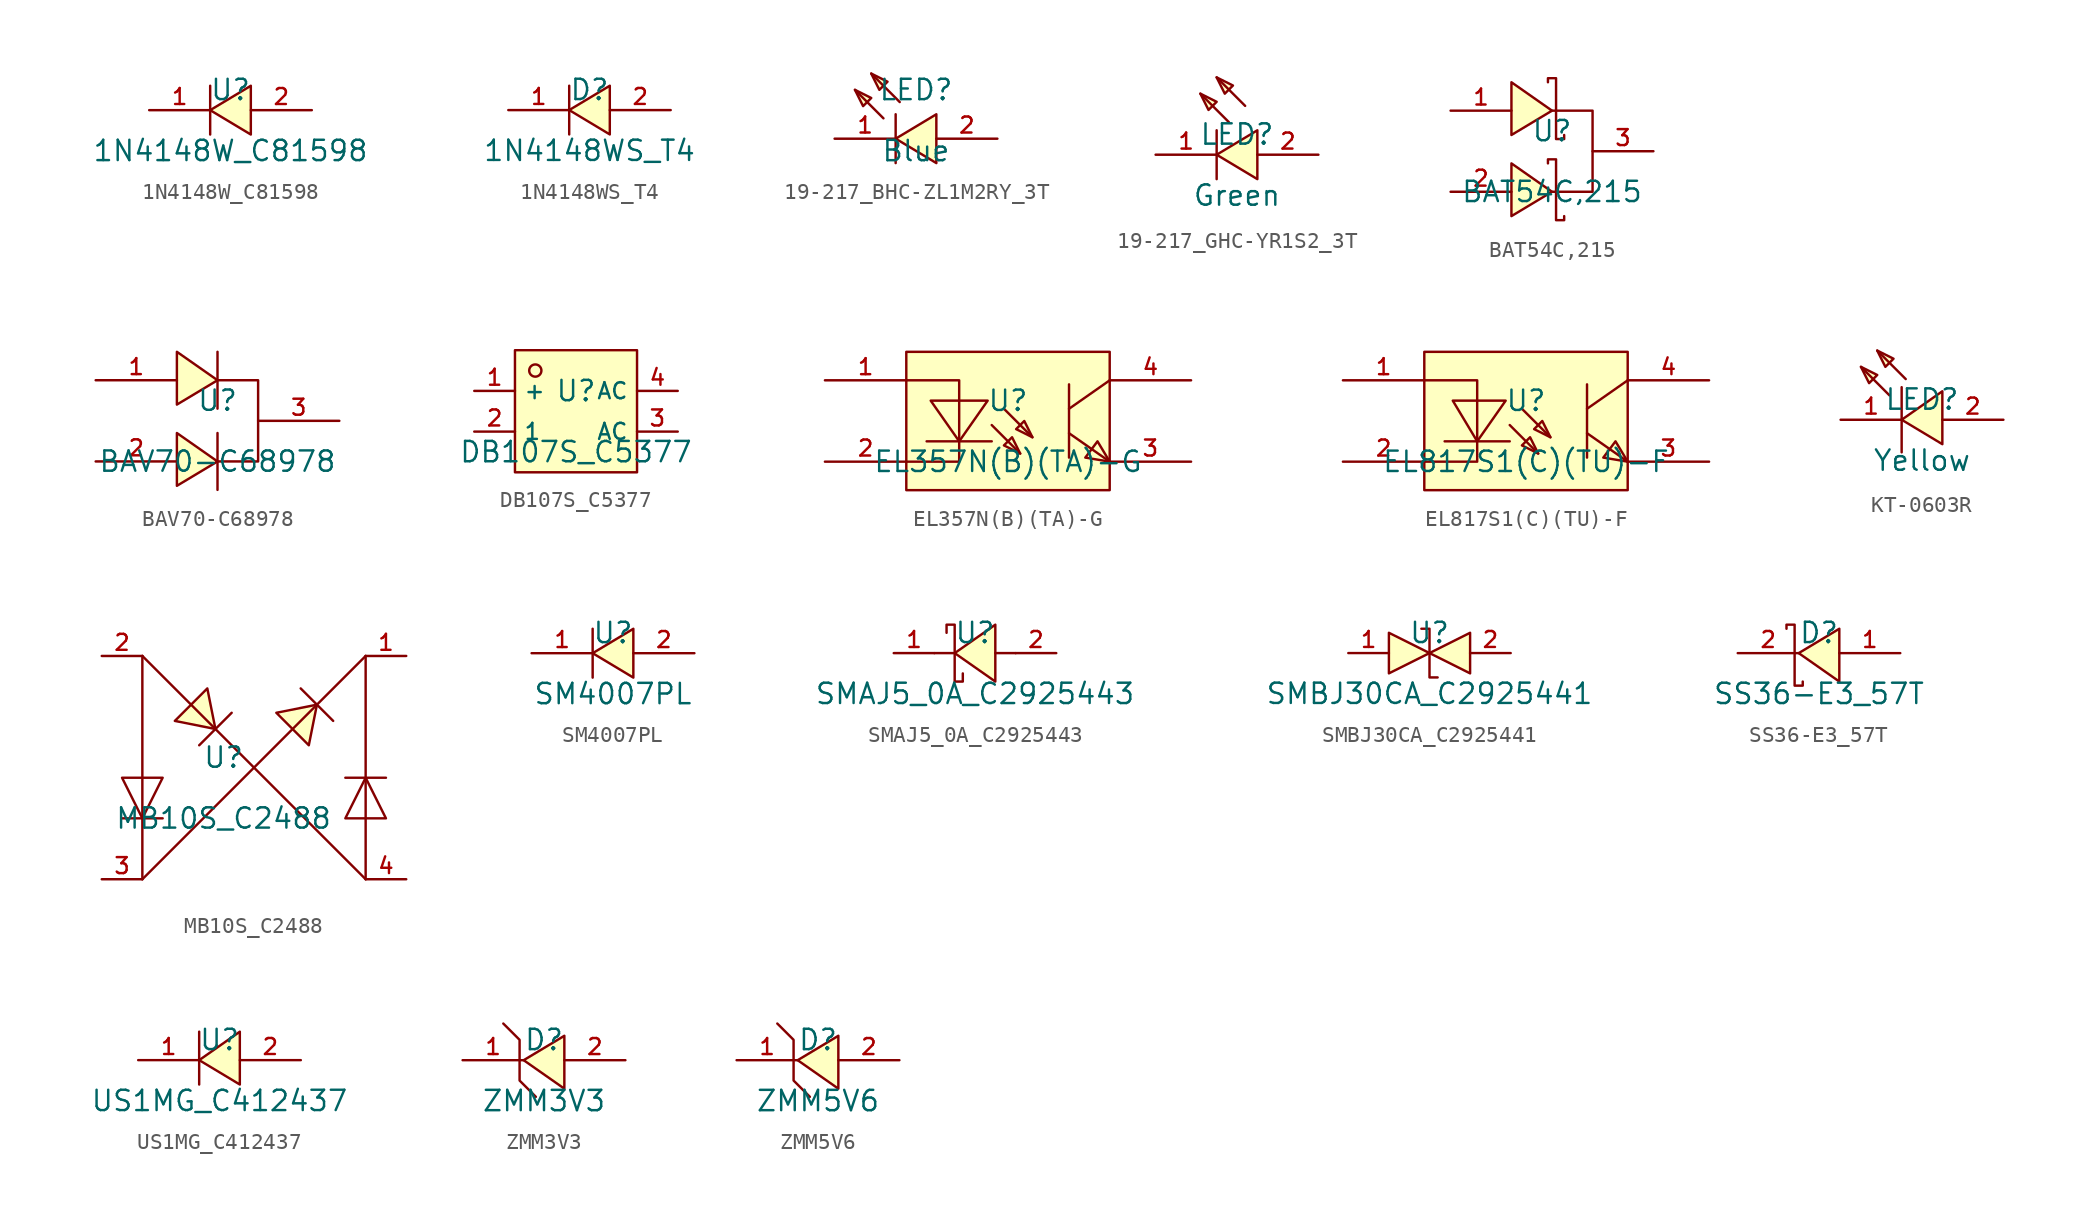
<source format=kicad_sym>
(kicad_symbol_lib
  (version 20220914)
  (generator kicad_symbol_editor)
  (symbol "1N4148W_C81598"
    (pin_names hide)
    (property "Reference" "U"
      (at 0 1.27 0)
      (effects (font (size 1.27 1.27))))
    (property "Value" "1N4148W_C81598"
      (at 0 -2.54 0)
      (effects (font (size 1.27 1.27))))
    (symbol "1N4148W_C81598_0_1"
      (polyline (pts (xy -1.27 -1.524) (xy -1.27 1.524)) (stroke (width 0) (type default)) (fill (type none)))
      (polyline (pts (xy 1.27 1.524) (xy -1.27 0) (xy 1.27 -1.524) (xy 1.27 1.524)) (stroke (width 0) (type default)) (fill (type background)))
      (pin unspecified line (at -5.08 0 0) (length 3.81) (name "K" (effects (font (size 1 1)))) (number "1" (effects (font (size 1 1)))))
      (pin unspecified line (at 5.08 0 180) (length 3.81) (name "A" (effects (font (size 1 1)))) (number "2" (effects (font (size 1 1)))))))
  (symbol "1N4148WS_T4"
    (pin_names hide)
    (property "Reference" "D"
      (at 0 1.27 0)
      (effects (font (size 1.27 1.27))))
    (property "Value" "1N4148WS_T4"
      (at 0 -2.54 0)
      (effects (font (size 1.27 1.27))))
    (symbol "1N4148WS_T4_0_1"
      (polyline (pts (xy -1.27 -1.524) (xy -1.27 1.524)) (stroke (width 0) (type default)) (fill (type none)))
      (polyline (pts (xy 1.27 1.524) (xy -1.27 0) (xy 1.27 -1.524) (xy 1.27 1.524)) (stroke (width 0) (type default)) (fill (type background)))
      (pin unspecified line (at -5.08 0 0) (length 3.81) (name "K" (effects (font (size 1 1)))) (number "1" (effects (font (size 1 1)))))
      (pin unspecified line (at 5.08 0 180) (length 3.81) (name "A" (effects (font (size 1 1)))) (number "2" (effects (font (size 1 1)))))))
  (symbol "19-217_BHC-ZL1M2RY_3T"
    (pin_names hide)
    (property "Reference" "LED"
      (at 0 1.778 0)
      (effects (font (size 1.27 1.27))))
    (property "Value" "Blue"
      (at 0 -2.032 0)
      (effects (font (size 1.27 1.27))))
    (symbol "19-217_BHC-ZL1M2RY_3T_0_1"
      (polyline (pts (xy -2.032 0) (xy -3.81 1.778)) (stroke (width 0) (type default)) (fill (type none)))
      (polyline (pts (xy -1.27 -2.794) (xy -1.27 0.254)) (stroke (width 0) (type default)) (fill (type none)))
      (polyline (pts (xy -1.016 1.016) (xy -2.794 2.794)) (stroke (width 0) (type default)) (fill (type none)))
      (polyline (pts (xy -3.81 1.778) (xy -3.302 0.762) (xy -2.794 1.27) (xy -3.81 1.778)) (stroke (width 0) (type default)) (fill (type background)))
      (polyline (pts (xy -2.794 2.794) (xy -2.286 1.778) (xy -1.778 2.286) (xy -2.794 2.794)) (stroke (width 0) (type default)) (fill (type background)))
      (polyline (pts (xy 1.27 0.254) (xy -1.27 -1.27) (xy 1.27 -2.794) (xy 1.27 0.254)) (stroke (width 0) (type default)) (fill (type background)))
      (pin input line (at -5.08 -1.27 0) (length 3.81) (name "C" (effects (font (size 1 1)))) (number "1" (effects (font (size 1 1)))))
      (pin input line (at 5.08 -1.27 180) (length 3.81) (name "A" (effects (font (size 1 1)))) (number "2" (effects (font (size 1 1)))))))
  (symbol "19-217_GHC-YR1S2_3T"
    (pin_names hide)
    (property "Reference" "LED"
      (at 0 1.27 0)
      (effects (font (size 1.27 1.27))))
    (property "Value" "Green"
      (at 0 -2.54 0)
      (effects (font (size 1.27 1.27))))
    (symbol "19-217_GHC-YR1S2_3T_0_1"
      (polyline (pts (xy -1.27 1.524) (xy -1.27 -1.524)) (stroke (width 0) (type default)) (fill (type none)))
      (polyline (pts (xy -0.508 2.032) (xy -2.286 3.81)) (stroke (width 0) (type default)) (fill (type none)))
      (polyline (pts (xy 0.508 3.048) (xy -1.27 4.826)) (stroke (width 0) (type default)) (fill (type none)))
      (polyline (pts (xy -2.286 3.81) (xy -1.27 3.302) (xy -1.778 2.794) (xy -2.286 3.81)) (stroke (width 0) (type default)) (fill (type background)))
      (polyline (pts (xy -1.27 4.826) (xy -0.254 4.318) (xy -0.762 3.81) (xy -1.27 4.826)) (stroke (width 0) (type default)) (fill (type background)))
      (polyline (pts (xy 1.27 -1.524) (xy -1.27 0) (xy 1.27 1.524) (xy 1.27 -1.524)) (stroke (width 0) (type default)) (fill (type background)))
      (pin input line (at -5.08 0 0) (length 3.81) (name "C" (effects (font (size 1 1)))) (number "1" (effects (font (size 1 1)))))
      (pin input line (at 5.08 0 180) (length 3.81) (name "A" (effects (font (size 1 1)))) (number "2" (effects (font (size 1 1)))))))
  (symbol "BAT54C,215"
    (pin_names hide)
    (property "Reference" "U"
      (at 0 1.27 0)
      (effects (font (size 1.27 1.27))))
    (property "Value" "BAT54C,215"
      (at 0 -2.54 0)
      (effects (font (size 1.27 1.27))))
    (symbol "BAT54C,215_0_1"
      (polyline (pts (xy -2.54 -4.064) (xy 0 -2.54) (xy -2.54 -0.762) (xy -2.54 -4.064)) (stroke (width 0) (type default)) (fill (type background)))
      (polyline (pts (xy -2.54 1.016) (xy 0 2.54) (xy -2.54 4.318) (xy -2.54 1.016)) (stroke (width 0) (type default)) (fill (type background)))
      (polyline (pts (xy 0 2.54) (xy 2.54 2.54) (xy 2.54 -2.54) (xy 0 -2.54)) (stroke (width 0) (type default)) (fill (type none)))
      (polyline (pts (xy 0.762 -4.064) (xy 0.762 -4.318) (xy 0.254 -4.318) (xy 0.254 -0.508) (xy -0.254 -0.508) (xy -0.254 -0.762)) (stroke (width 0) (type default)) (fill (type none)))
      (polyline (pts (xy 0.762 1.016) (xy 0.762 0.762) (xy 0.254 0.762) (xy 0.254 4.572) (xy -0.254 4.572) (xy -0.254 4.318)) (stroke (width 0) (type default)) (fill (type none)))
      (pin unspecified line (at -6.35 2.54 0) (length 3.81) (name "A" (effects (font (size 1 1)))) (number "1" (effects (font (size 1 1)))))
      (pin unspecified line (at -6.35 -2.54 0) (length 3.81) (name "A" (effects (font (size 1 1)))) (number "2" (effects (font (size 1 1)))))
      (pin unspecified line (at 6.35 0 180) (length 3.81) (name "K" (effects (font (size 1 1)))) (number "3" (effects (font (size 1 1)))))))
  (symbol "BAV70-C68978"
    (pin_names hide)
    (property "Reference" "U"
      (at 0 1.27 0)
      (effects (font (size 1.27 1.27))))
    (property "Value" "BAV70-C68978"
      (at 0 -2.54 0)
      (effects (font (size 1.27 1.27))))
    (symbol "BAV70-C68978_0_1"
      (polyline (pts (xy 0 -4.318) (xy 0 -0.762)) (stroke (width 0) (type default)) (fill (type none)))
      (polyline (pts (xy 0 0.762) (xy 0 4.318)) (stroke (width 0) (type default)) (fill (type none)))
      (polyline (pts (xy -2.54 -4.064) (xy 0 -2.54) (xy -2.54 -0.762) (xy -2.54 -4.064)) (stroke (width 0) (type default)) (fill (type background)))
      (polyline (pts (xy -2.54 1.016) (xy 0 2.54) (xy -2.54 4.318) (xy -2.54 1.016)) (stroke (width 0) (type default)) (fill (type background)))
      (polyline (pts (xy 0 2.54) (xy 2.54 2.54) (xy 2.54 -2.54) (xy 0 -2.54) (xy 0 -2.54)) (stroke (width 0) (type default)) (fill (type none)))
      (pin unspecified line (at -7.62 2.54 0) (length 5.08) (name "1" (effects (font (size 1 1)))) (number "1" (effects (font (size 1 1)))))
      (pin unspecified line (at -7.62 -2.54 0) (length 5.08) (name "2" (effects (font (size 1 1)))) (number "2" (effects (font (size 1 1)))))
      (pin unspecified line (at 7.62 0 180) (length 5.08) (name "3" (effects (font (size 1 1)))) (number "3" (effects (font (size 1 1)))))))
  (symbol "DB107S_C5377"
    (property "Reference" "U"
      (at 0 1.27 0)
      (effects (font (size 1.27 1.27))))
    (property "Value" "DB107S_C5377"
      (at 0 -2.54 0)
      (effects (font (size 1.27 1.27))))
    (symbol "DB107S_C5377_0_1"
      (rectangle (start -3.81 3.81) (end 3.81 -3.81) (stroke (width 0) (type default)) (fill (type background)))
      (circle (center -2.54 2.54) (radius 0.381) (stroke (width 0) (type default)) (fill (type background)))
      (pin unspecified line (at -6.35 1.27 0) (length 2.54) (name "+" (effects (font (size 1 1)))) (number "1" (effects (font (size 1 1)))))
      (pin unspecified line (at -6.35 -1.27 0) (length 2.54) (name "1" (effects (font (size 1 1)))) (number "2" (effects (font (size 1 1)))))
      (pin unspecified line (at 6.35 -1.27 180) (length 2.54) (name "AC" (effects (font (size 1 1)))) (number "3" (effects (font (size 1 1)))))
      (pin unspecified line (at 6.35 1.27 180) (length 2.54) (name "AC" (effects (font (size 1 1)))) (number "4" (effects (font (size 1 1)))))))
  (symbol "EL357N(B)(TA)-G"
    (pin_names hide)
    (property "Reference" "U"
      (at 0 1.27 0)
      (effects (font (size 1.27 1.27))))
    (property "Value" "EL357N(B)(TA)-G"
      (at 0 -2.54 0)
      (effects (font (size 1.27 1.27))))
    (symbol "EL357N(B)(TA)-G_0_1"
      (rectangle (start -6.35 4.318) (end 6.35 -4.318) (stroke (width 0) (type default)) (fill (type background)))
      (polyline (pts (xy -1.016 -1.27) (xy -5.08 -1.27)) (stroke (width 0) (type default)) (fill (type none)))
      (polyline (pts (xy -1.016 -0.254) (xy 0.762 -2.032)) (stroke (width 0) (type default)) (fill (type none)))
      (polyline (pts (xy -0.254 0.762) (xy 1.524 -1.016)) (stroke (width 0) (type default)) (fill (type none)))
      (polyline (pts (xy 3.81 -0.762) (xy 6.35 -2.54)) (stroke (width 0) (type default)) (fill (type none)))
      (polyline (pts (xy 3.81 2.286) (xy 3.81 -2.286)) (stroke (width 0) (type default)) (fill (type none)))
      (polyline (pts (xy 6.35 2.54) (xy 3.81 0.762)) (stroke (width 0) (type default)) (fill (type none)))
      (polyline (pts (xy -6.35 2.54) (xy -3.048 2.54) (xy -3.048 -2.54) (xy -6.35 -2.54)) (stroke (width 0) (type default)) (fill (type none)))
      (polyline (pts (xy -4.826 1.27) (xy -3.048 -1.27) (xy -1.27 1.27) (xy -4.826 1.27)) (stroke (width 0) (type default)) (fill (type background)))
      (polyline (pts (xy 0.762 -2.032) (xy 0.254 -1.016) (xy -0.254 -1.524) (xy 0.762 -2.032)) (stroke (width 0) (type default)) (fill (type background)))
      (polyline (pts (xy 1.524 -1.016) (xy 1.016 0) (xy 0.508 -0.508) (xy 1.524 -1.016)) (stroke (width 0) (type default)) (fill (type background)))
      (polyline (pts (xy 6.35 -2.54) (xy 5.588 -1.27) (xy 4.826 -2.286) (xy 6.35 -2.54)) (stroke (width 0) (type default)) (fill (type background)))
      (pin unspecified line (at -11.43 2.54 0) (length 5.08) (name "AN" (effects (font (size 1 1)))) (number "1" (effects (font (size 1 1)))))
      (pin unspecified line (at -11.43 -2.54 0) (length 5.08) (name "CAT" (effects (font (size 1 1)))) (number "2" (effects (font (size 1 1)))))
      (pin unspecified line (at 11.43 -2.54 180) (length 5.08) (name "EM" (effects (font (size 1 1)))) (number "3" (effects (font (size 1 1)))))
      (pin unspecified line (at 11.43 2.54 180) (length 5.08) (name "COL" (effects (font (size 1 1)))) (number "4" (effects (font (size 1 1)))))))
  (symbol "EL817S1(C)(TU)-F"
    (pin_names hide)
    (property "Reference" "U"
      (at 0 1.27 0)
      (effects (font (size 1.27 1.27))))
    (property "Value" "EL817S1(C)(TU)-F"
      (at 0 -2.54 0)
      (effects (font (size 1.27 1.27))))
    (symbol "EL817S1(C)(TU)-F_0_1"
      (rectangle (start -6.35 4.318) (end 6.35 -4.318) (stroke (width 0) (type default)) (fill (type background)))
      (polyline (pts (xy -1.016 -1.27) (xy -5.08 -1.27)) (stroke (width 0) (type default)) (fill (type none)))
      (polyline (pts (xy -1.016 -0.254) (xy 0.762 -2.032)) (stroke (width 0) (type default)) (fill (type none)))
      (polyline (pts (xy -0.254 0.762) (xy 1.524 -1.016)) (stroke (width 0) (type default)) (fill (type none)))
      (polyline (pts (xy 3.81 -0.762) (xy 6.35 -2.54)) (stroke (width 0) (type default)) (fill (type none)))
      (polyline (pts (xy 3.81 2.286) (xy 3.81 -2.286)) (stroke (width 0) (type default)) (fill (type none)))
      (polyline (pts (xy 6.35 2.54) (xy 3.81 0.762)) (stroke (width 0) (type default)) (fill (type none)))
      (polyline (pts (xy -6.35 2.54) (xy -3.048 2.54) (xy -3.048 -2.54) (xy -6.35 -2.54)) (stroke (width 0) (type default)) (fill (type none)))
      (polyline (pts (xy -4.572 1.27) (xy -3.048 -1.27) (xy -1.27 1.27) (xy -4.572 1.27)) (stroke (width 0) (type default)) (fill (type background)))
      (polyline (pts (xy 0.762 -2.032) (xy 0.254 -1.016) (xy -0.254 -1.524) (xy 0.762 -2.032)) (stroke (width 0) (type default)) (fill (type background)))
      (polyline (pts (xy 1.524 -1.016) (xy 1.016 0) (xy 0.508 -0.508) (xy 1.524 -1.016)) (stroke (width 0) (type default)) (fill (type background)))
      (polyline (pts (xy 6.35 -2.54) (xy 5.588 -1.27) (xy 4.826 -2.286) (xy 6.35 -2.54)) (stroke (width 0) (type default)) (fill (type background)))
      (pin unspecified line (at -11.43 2.54 0) (length 5.08) (name "AN" (effects (font (size 1 1)))) (number "1" (effects (font (size 1 1)))))
      (pin unspecified line (at -11.43 -2.54 0) (length 5.08) (name "CAT" (effects (font (size 1 1)))) (number "2" (effects (font (size 1 1)))))
      (pin unspecified line (at 11.43 -2.54 180) (length 5.08) (name "EM" (effects (font (size 1 1)))) (number "3" (effects (font (size 1 1)))))
      (pin unspecified line (at 11.43 2.54 180) (length 5.08) (name "COL" (effects (font (size 1 1)))) (number "4" (effects (font (size 1 1)))))))
  (symbol "KT-0603R"
    (pin_names hide)
    (property "Reference" "LED"
      (at 0 1.27 0)
      (effects (font (size 1.27 1.27))))
    (property "Value" "Yellow"
      (at 0 -2.54 0)
      (effects (font (size 1.27 1.27))))
    (symbol "KT-0603R_0_1"
      (polyline (pts (xy -2.032 1.524) (xy -3.81 3.302)) (stroke (width 0) (type default)) (fill (type none)))
      (polyline (pts (xy -1.27 2.032) (xy -1.27 -2.032)) (stroke (width 0) (type default)) (fill (type none)))
      (polyline (pts (xy -1.016 2.54) (xy -2.794 4.318)) (stroke (width 0) (type default)) (fill (type none)))
      (polyline (pts (xy -3.81 3.302) (xy -2.794 2.794) (xy -3.302 2.286) (xy -3.81 3.302)) (stroke (width 0) (type default)) (fill (type background)))
      (polyline (pts (xy -2.794 4.318) (xy -1.778 3.81) (xy -2.286 3.302) (xy -2.794 4.318)) (stroke (width 0) (type default)) (fill (type background)))
      (polyline (pts (xy 1.27 -1.524) (xy -1.27 0) (xy 1.27 1.778) (xy 1.27 -1.524)) (stroke (width 0) (type default)) (fill (type background)))
      (pin unspecified line (at -5.08 0 0) (length 3.81) (name "K" (effects (font (size 1 1)))) (number "1" (effects (font (size 1 1)))))
      (pin unspecified line (at 5.08 0 180) (length 3.81) (name "A" (effects (font (size 1 1)))) (number "2" (effects (font (size 1 1)))))))
  (symbol "MB10S_C2488"
    (pin_names hide)
    (property "Reference" "U"
      (at 0 1.27 0)
      (effects (font (size 1.27 1.27))))
    (property "Value" "MB10S_C2488"
      (at 0 -2.54 0)
      (effects (font (size 1.27 1.27))))
    (symbol "MB10S_C2488_0_1"
      (polyline (pts (xy -6.35 -2.54) (xy -3.81 -2.54)) (stroke (width 0) (type default)) (fill (type none)))
      (polyline (pts (xy -5.08 -6.35) (xy 8.89 7.62)) (stroke (width 0) (type default)) (fill (type none)))
      (polyline (pts (xy -5.08 7.62) (xy -5.08 -6.35)) (stroke (width 0) (type default)) (fill (type none)))
      (polyline (pts (xy -5.08 7.62) (xy 8.89 -6.35)) (stroke (width 0) (type default)) (fill (type none)))
      (polyline (pts (xy 0.508 4.064) (xy -1.524 2.032)) (stroke (width 0) (type default)) (fill (type none)))
      (polyline (pts (xy 4.826 5.588) (xy 6.858 3.556)) (stroke (width 0) (type default)) (fill (type none)))
      (polyline (pts (xy 8.89 7.62) (xy 8.89 -6.35)) (stroke (width 0) (type default)) (fill (type none)))
      (polyline (pts (xy 10.16 0) (xy 7.62 0)) (stroke (width 0) (type default)) (fill (type none)))
      (polyline (pts (xy -6.35 0) (xy -3.81 0) (xy -5.08 -2.54) (xy -6.35 0)) (stroke (width 0) (type default)) (fill (type none)))
      (polyline (pts (xy -1.016 5.588) (xy -0.508 3.048) (xy -3.048 3.556) (xy -1.016 5.588)) (stroke (width 0) (type default)) (fill (type background)))
      (polyline (pts (xy 3.302 4.064) (xy 5.842 4.572) (xy 5.334 2.032) (xy 3.302 4.064)) (stroke (width 0) (type default)) (fill (type background)))
      (polyline (pts (xy 10.16 -2.54) (xy 7.62 -2.54) (xy 8.89 0) (xy 10.16 -2.54)) (stroke (width 0) (type default)) (fill (type none)))
      (pin unspecified line (at 11.43 7.62 180) (length 2.54) (name "+" (effects (font (size 1 1)))) (number "1" (effects (font (size 1 1)))))
      (pin unspecified line (at -7.62 7.62 0) (length 2.54) (name "-" (effects (font (size 1 1)))) (number "2" (effects (font (size 1 1)))))
      (pin unspecified line (at -7.62 -6.35 0) (length 2.54) (name "C2" (effects (font (size 1 1)))) (number "3" (effects (font (size 1 1)))))
      (pin unspecified line (at 11.43 -6.35 180) (length 2.54) (name "C1" (effects (font (size 1 1)))) (number "4" (effects (font (size 1 1)))))))
  (symbol "SM4007PL"
    (pin_names hide)
    (property "Reference" "U"
      (at 0 1.27 0)
      (effects (font (size 1.27 1.27))))
    (property "Value" "SM4007PL"
      (at 0 -2.54 0)
      (effects (font (size 1.27 1.27))))
    (symbol "SM4007PL_0_1"
      (polyline (pts (xy -1.27 -1.524) (xy -1.27 1.524)) (stroke (width 0) (type default)) (fill (type none)))
      (polyline (pts (xy 1.27 1.524) (xy -1.27 0) (xy 1.27 -1.524) (xy 1.27 1.524)) (stroke (width 0) (type default)) (fill (type background)))
      (pin unspecified line (at -5.08 0 0) (length 3.81) (name "C" (effects (font (size 1 1)))) (number "1" (effects (font (size 1 1)))))
      (pin unspecified line (at 5.08 0 180) (length 3.81) (name "A" (effects (font (size 1 1)))) (number "2" (effects (font (size 1 1)))))))
  (symbol "SMAJ5_0A_C2925443"
    (pin_names hide)
    (property "Reference" "U"
      (at 0 1.27 0)
      (effects (font (size 1.27 1.27))))
    (property "Value" "SMAJ5_0A_C2925443"
      (at 0 -2.54 0)
      (effects (font (size 1.27 1.27))))
    (symbol "SMAJ5_0A_C2925443_0_1"
      (polyline (pts (xy -1.27 0) (xy -2.54 0)) (stroke (width 0) (type default)) (fill (type none)))
      (polyline (pts (xy 2.54 0) (xy 1.27 0)) (stroke (width 0) (type default)) (fill (type none)))
      (polyline (pts (xy 1.27 1.778) (xy -1.27 0) (xy 1.27 -1.778) (xy 1.27 1.778)) (stroke (width 0) (type default)) (fill (type background)))
      (polyline (pts (xy -1.778 1.27) (xy -1.778 1.778) (xy -1.27 1.778) (xy -1.27 -1.778) (xy -0.762 -1.778) (xy -0.762 -1.27)) (stroke (width 0) (type default)) (fill (type none)))
      (pin unspecified line (at -5.08 0 0) (length 2.54) (name "K" (effects (font (size 1 1)))) (number "1" (effects (font (size 1 1)))))
      (pin unspecified line (at 5.08 0 180) (length 2.54) (name "A" (effects (font (size 1 1)))) (number "2" (effects (font (size 1 1)))))))
  (symbol "SMBJ30CA_C2925441"
    (pin_names hide)
    (property "Reference" "U"
      (at 0 1.27 0)
      (effects (font (size 1.27 1.27))))
    (property "Value" "SMBJ30CA_C2925441"
      (at 0 -2.54 0)
      (effects (font (size 1.27 1.27))))
    (symbol "SMBJ30CA_C2925441_0_1"
      (polyline (pts (xy -2.54 1.27) (xy 0 0) (xy -2.54 -1.27) (xy -2.54 1.27)) (stroke (width 0) (type default)) (fill (type background)))
      (polyline (pts (xy 2.54 1.27) (xy 0 0) (xy 2.54 -1.27) (xy 2.54 1.27)) (stroke (width 0) (type default)) (fill (type background)))
      (polyline (pts (xy -0.508 1.524) (xy -0.508 1.524) (xy 0 1.524) (xy 0 -1.524) (xy 0.508 -1.524) (xy 0.508 -1.524)) (stroke (width 0) (type default)) (fill (type none)))
      (pin unspecified line (at -5.08 0 0) (length 2.54) (name "1" (effects (font (size 1 1)))) (number "1" (effects (font (size 1 1)))))
      (pin unspecified line (at 5.08 0 180) (length 2.54) (name "2" (effects (font (size 1 1)))) (number "2" (effects (font (size 1 1)))))))
  (symbol "SS36-E3_57T"
    (pin_names hide)
    (property "Reference" "D"
      (at 0 1.27 0)
      (effects (font (size 1.27 1.27))))
    (property "Value" "SS36-E3_57T"
      (at 0 -2.54 0)
      (effects (font (size 1.27 1.27))))
    (symbol "SS36-E3_57T_0_1"
      (polyline (pts (xy 1.27 1.524) (xy -1.27 0) (xy 1.27 -1.778) (xy 1.27 1.524)) (stroke (width 0) (type default)) (fill (type background)))
      (polyline (pts (xy -2.032 1.524) (xy -2.032 1.778) (xy -1.524 1.778) (xy -1.524 -2.032) (xy -1.016 -2.032) (xy -1.016 -1.778)) (stroke (width 0) (type default)) (fill (type none)))
      (pin unspecified line (at 5.08 0 180) (length 3.81) (name "A" (effects (font (size 1 1)))) (number "1" (effects (font (size 1 1)))))
      (pin unspecified line (at -5.08 0 0) (length 3.81) (name "K" (effects (font (size 1 1)))) (number "2" (effects (font (size 1 1)))))))
  (symbol "US1MG_C412437"
    (pin_names hide)
    (property "Reference" "U"
      (at 0 1.27 0)
      (effects (font (size 1.27 1.27))))
    (property "Value" "US1MG_C412437"
      (at 0 -2.54 0)
      (effects (font (size 1.27 1.27))))
    (symbol "US1MG_C412437_0_1"
      (polyline (pts (xy -1.27 1.778) (xy -1.27 -1.524)) (stroke (width 0) (type default)) (fill (type none)))
      (polyline (pts (xy 1.27 -1.524) (xy -1.27 0) (xy 1.27 1.778) (xy 1.27 -1.524)) (stroke (width 0) (type default)) (fill (type background)))
      (pin unspecified line (at -5.08 0 0) (length 3.81) (name "C" (effects (font (size 1 1)))) (number "1" (effects (font (size 1 1)))))
      (pin unspecified line (at 5.08 0 180) (length 3.81) (name "A" (effects (font (size 1 1)))) (number "2" (effects (font (size 1 1)))))))
  (symbol "ZMM3V3"
    (pin_names hide)
    (property "Reference" "D"
      (at 0 1.27 0)
      (effects (font (size 1.27 1.27))))
    (property "Value" "ZMM3V3"
      (at 0 -2.54 0)
      (effects (font (size 1.27 1.27))))
    (symbol "ZMM3V3_0_1"
      (polyline (pts (xy -2.54 2.286) (xy -1.524 1.27) (xy -1.524 -1.27) (xy -0.508 -2.286)) (stroke (width 0) (type default)) (fill (type none)))
      (polyline (pts (xy 1.27 1.524) (xy -1.27 0) (xy 1.27 -1.778) (xy 1.27 1.524)) (stroke (width 0) (type default)) (fill (type background)))
      (pin unspecified line (at -5.08 0 0) (length 3.81) (name "C" (effects (font (size 1 1)))) (number "1" (effects (font (size 1 1)))))
      (pin unspecified line (at 5.08 0 180) (length 3.81) (name "A" (effects (font (size 1 1)))) (number "2" (effects (font (size 1 1)))))))
  (symbol "ZMM5V6"
    (pin_names hide)
    (property "Reference" "D"
      (at 0 1.27 0)
      (effects (font (size 1.27 1.27))))
    (property "Value" "ZMM5V6"
      (at 0 -2.54 0)
      (effects (font (size 1.27 1.27))))
    (symbol "ZMM5V6_0_1"
      (polyline (pts (xy -2.54 2.286) (xy -1.524 1.27) (xy -1.524 -1.27) (xy -0.508 -2.286)) (stroke (width 0) (type default)) (fill (type none)))
      (polyline (pts (xy 1.27 1.524) (xy -1.27 0) (xy 1.27 -1.778) (xy 1.27 1.524)) (stroke (width 0) (type default)) (fill (type background)))
      (pin unspecified line (at -5.08 0 0) (length 3.81) (name "C" (effects (font (size 1 1)))) (number "1" (effects (font (size 1 1)))))
      (pin unspecified line (at 5.08 0 180) (length 3.81) (name "A" (effects (font (size 1 1)))) (number "2" (effects (font (size 1 1))))))))
</source>
